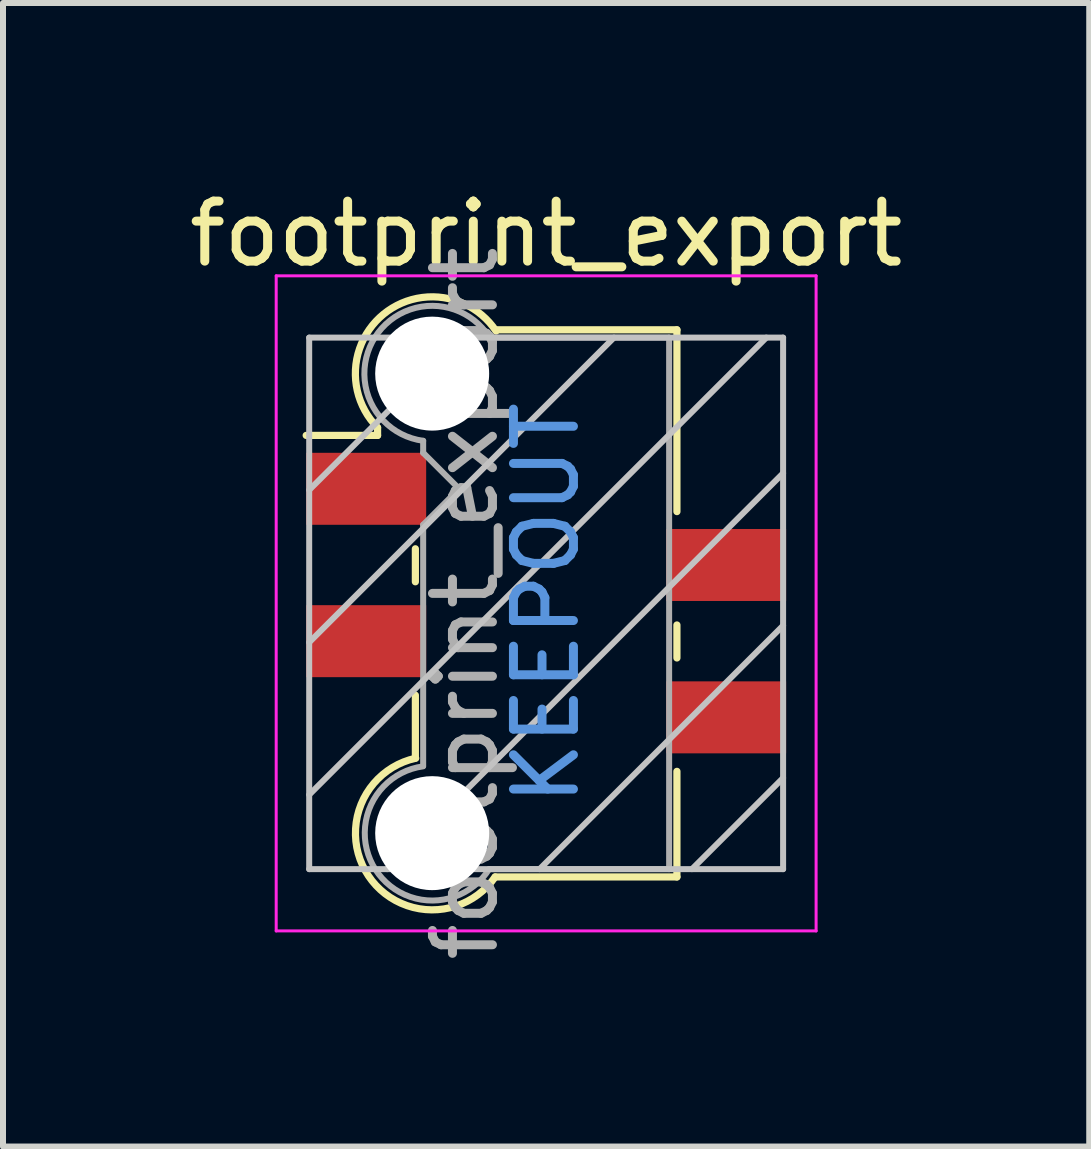
<source format=kicad_pcb>
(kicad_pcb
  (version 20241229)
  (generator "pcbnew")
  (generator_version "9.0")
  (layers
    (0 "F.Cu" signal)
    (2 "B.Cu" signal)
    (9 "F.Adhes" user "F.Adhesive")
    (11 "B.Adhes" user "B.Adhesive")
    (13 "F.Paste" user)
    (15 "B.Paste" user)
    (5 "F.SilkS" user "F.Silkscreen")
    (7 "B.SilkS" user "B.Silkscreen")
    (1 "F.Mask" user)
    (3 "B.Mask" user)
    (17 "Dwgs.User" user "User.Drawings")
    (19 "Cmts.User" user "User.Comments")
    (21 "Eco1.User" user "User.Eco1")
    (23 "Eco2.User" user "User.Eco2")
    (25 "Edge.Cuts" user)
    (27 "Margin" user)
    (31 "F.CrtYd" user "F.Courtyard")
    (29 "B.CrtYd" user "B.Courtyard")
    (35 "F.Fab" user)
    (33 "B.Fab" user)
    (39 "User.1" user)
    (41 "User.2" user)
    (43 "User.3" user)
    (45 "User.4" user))
  (footprint "footprint_export"
    (layer "F.Cu")
    (at 6.054 7.008)
    (property "Reference" "footprint_export" (at 0 -6.16 0) (layer "F.SilkS") (effects (font (size 1 1) (thickness 0.15))))
    (attr smd)
    (fp_line (start -2.81 -2.93) (end -2.81 -2.8) (stroke (width 0.12) (type solid)) (layer "F.SilkS"))
    (fp_line (start -2.81 -2.8) (end -4 -2.8) (stroke (width 0.12) (type solid)) (layer "F.SilkS"))
    (fp_line (start -2.18 -0.36) (end -2.18 -0.91) (stroke (width 0.12) (type solid)) (layer "F.SilkS"))
    (fp_line (start -2.18 2.58) (end -2.18 1.53) (stroke (width 0.12) (type solid)) (layer "F.SilkS"))
    (fp_line (start 2.18 -4.56) (end -0.82 -4.56) (stroke (width 0.12) (type solid)) (layer "F.SilkS"))
    (fp_line (start 2.18 -4.56) (end 2.18 -1.53) (stroke (width 0.12) (type solid)) (layer "F.SilkS"))
    (fp_line (start 2.18 0.36) (end 2.18 0.91) (stroke (width 0.12) (type solid)) (layer "F.SilkS"))
    (fp_line (start 2.18 2.8) (end 2.18 4.56) (stroke (width 0.12) (type solid)) (layer "F.SilkS"))
    (fp_line (start 2.18 4.56) (end -0.85 4.56) (stroke (width 0.12) (type solid)) (layer "F.SilkS"))
    (fp_arc (start -2.81 -2.93) (mid -2.708637 -4.822072) (end -0.834991 -4.539828) (stroke (width 0.12) (type solid)) (layer "F.SilkS"))
    (fp_arc (start -0.85 4.56) (mid -2.962791 4.541248) (end -2.174424 2.580964) (stroke (width 0.12) (type solid)) (layer "F.SilkS"))
    (fp_line (start -3.95 -4.43) (end -3.95 4.43) (stroke (width 0.1) (type solid)) (layer "Dwgs.User"))
    (fp_line (start -3.95 -1.89) (end -1.41 -4.43) (stroke (width 0.1) (type solid)) (layer "Dwgs.User"))
    (fp_line (start -3.95 0.65) (end 1.13 -4.43) (stroke (width 0.1) (type solid)) (layer "Dwgs.User"))
    (fp_line (start -3.95 3.19) (end 3.67 -4.43) (stroke (width 0.1) (type solid)) (layer "Dwgs.User"))
    (fp_line (start -3.95 4.43) (end 3.95 4.43) (stroke (width 0.1) (type solid)) (layer "Dwgs.User"))
    (fp_line (start -2.65 4.43) (end 3.95 -2.17) (stroke (width 0.1) (type solid)) (layer "Dwgs.User"))
    (fp_line (start -0.11 4.43) (end 3.95 0.37) (stroke (width 0.1) (type solid)) (layer "Dwgs.User"))
    (fp_line (start 2.43 4.43) (end 3.95 2.91) (stroke (width 0.1) (type solid)) (layer "Dwgs.User"))
    (fp_line (start 3.95 -4.43) (end -3.95 -4.43) (stroke (width 0.1) (type solid)) (layer "Dwgs.User"))
    (fp_line (start 3.95 4.43) (end 3.95 -4.43) (stroke (width 0.1) (type solid)) (layer "Dwgs.User"))
    (fp_line (start -4.5 -5.46) (end -4.5 5.46) (stroke (width 0.05) (type solid)) (layer "F.CrtYd"))
    (fp_line (start -4.5 5.46) (end 4.5 5.46) (stroke (width 0.05) (type solid)) (layer "F.CrtYd"))
    (fp_line (start 4.5 -5.46) (end -4.5 -5.46) (stroke (width 0.05) (type solid)) (layer "F.CrtYd"))
    (fp_line (start 4.5 5.46) (end 4.5 -5.46) (stroke (width 0.05) (type solid)) (layer "F.CrtYd"))
    (fp_line (start -2.05 -2.51) (end -2.05 -2.71) (stroke (width 0.1) (type solid)) (layer "F.Fab"))
    (fp_line (start -2.05 -1.31) (end -1.45 -1.91) (stroke (width 0.1) (type solid)) (layer "F.Fab"))
    (fp_line (start -2.05 2.71) (end -2.05 -1.31) (stroke (width 0.1) (type solid)) (layer "F.Fab"))
    (fp_line (start -1.45 -1.91) (end -2.05 -2.51) (stroke (width 0.1) (type solid)) (layer "F.Fab"))
    (fp_line (start 2.05 -4.43) (end -0.93 -4.43) (stroke (width 0.1) (type solid)) (layer "F.Fab"))
    (fp_line (start 2.05 -4.43) (end 2.05 4.43) (stroke (width 0.1) (type solid)) (layer "F.Fab"))
    (fp_line (start 2.05 4.43) (end -0.95 4.43) (stroke (width 0.1) (type solid)) (layer "F.Fab"))
    (fp_arc (start -2.05 -2.71) (mid -2.851672 -4.439279) (end -0.945612 -4.435015) (stroke (width 0.1) (type solid)) (layer "F.Fab"))
    (fp_arc (start -0.95 4.43) (mid -2.845272 4.437422) (end -2.051022 2.716585) (stroke (width 0.1) (type solid)) (layer "F.Fab"))
    (fp_text user "KEEPOUT" (at 0 0 90) (layer "Cmts.User") (effects (font (size 1 1) (thickness 0.15))))
    (fp_text user "${REFERENCE}" (at -1.35 0 90) (layer "F.Fab") (effects (font (size 1 1) (thickness 0.15))))
    (pad "" np_thru_hole circle (at -1.9 -3.83) (size 1.9 1.9) (drill 1.9) (layers "*.Cu" "*.Mask"))
    (pad "" np_thru_hole circle (at -1.9 3.83) (size 1.9 1.9) (drill 1.9) (layers "*.Cu" "*.Mask"))
    (pad "1" smd rect (at -3 -1.91) (size 2 1.2) (layers "F.Cu" "F.Mask" "F.Paste"))
    (pad "2" smd rect (at 3 -0.64) (size 2 1.2) (layers "F.Cu" "F.Mask" "F.Paste"))
    (pad "3" smd rect (at -3 0.63) (size 2 1.2) (layers "F.Cu" "F.Mask" "F.Paste"))
    (pad "4" smd rect (at 3 1.9) (size 2 1.2) (layers "F.Cu" "F.Mask" "F.Paste")))
  (gr_rect
    (start -3 -3)
    (end 15.107 16.062)
    (stroke (width 0.1) (type default))
    (fill no)
    (layer "Edge.Cuts")))
</source>
